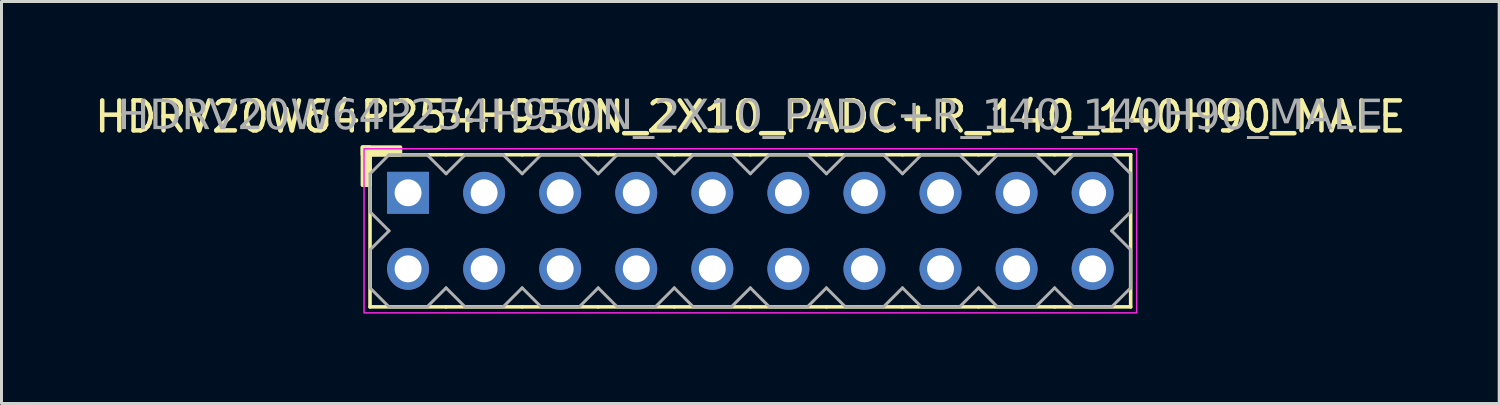
<source format=kicad_pcb>
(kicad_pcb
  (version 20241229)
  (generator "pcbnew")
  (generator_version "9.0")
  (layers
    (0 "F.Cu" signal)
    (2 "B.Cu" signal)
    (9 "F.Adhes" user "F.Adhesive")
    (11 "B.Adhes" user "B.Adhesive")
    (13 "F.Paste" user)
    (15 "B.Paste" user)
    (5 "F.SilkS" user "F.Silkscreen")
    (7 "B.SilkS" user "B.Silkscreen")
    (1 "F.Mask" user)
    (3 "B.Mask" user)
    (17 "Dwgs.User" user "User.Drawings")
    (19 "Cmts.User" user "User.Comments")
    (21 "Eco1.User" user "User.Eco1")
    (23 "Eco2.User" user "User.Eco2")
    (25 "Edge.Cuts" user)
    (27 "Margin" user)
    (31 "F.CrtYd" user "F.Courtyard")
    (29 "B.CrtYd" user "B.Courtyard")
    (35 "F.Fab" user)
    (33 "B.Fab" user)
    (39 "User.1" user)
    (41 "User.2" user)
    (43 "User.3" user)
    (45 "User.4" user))
  (footprint "HDRV20W64P254H950N_2X10_PADC+R_140_140H90_MALE"
    (layer "F.Cu")
    (at 22.006 4.658)
    (property "Reference" "HDRV20W64P254H950N_2X10_PADC+R_140_140H90_MALE" (at 0 -3.81 0) (layer "F.SilkS") (effects (font (size 1 1) (thickness 0.15))))
    (attr through_hole)
    (fp_line (start -12.7 2.54) (end -12.7 -2.54) (stroke (width 0.12) (type solid)) (layer "F.SilkS"))
    (fp_line (start -10.16 -2.54) (end -12.7 -2.54) (stroke (width 0.12) (type solid)) (layer "F.SilkS"))
    (fp_line (start -10.16 2.54) (end -12.7 2.54) (stroke (width 0.12) (type solid)) (layer "F.SilkS"))
    (fp_line (start -7.62 -2.54) (end -10.16 -2.54) (stroke (width 0.12) (type solid)) (layer "F.SilkS"))
    (fp_line (start -7.62 2.54) (end -10.16 2.54) (stroke (width 0.12) (type solid)) (layer "F.SilkS"))
    (fp_line (start -5.08 -2.54) (end -7.62 -2.54) (stroke (width 0.12) (type solid)) (layer "F.SilkS"))
    (fp_line (start -5.08 2.54) (end -7.62 2.54) (stroke (width 0.12) (type solid)) (layer "F.SilkS"))
    (fp_line (start -2.54 -2.54) (end -5.08 -2.54) (stroke (width 0.12) (type solid)) (layer "F.SilkS"))
    (fp_line (start -2.54 2.54) (end -5.08 2.54) (stroke (width 0.12) (type solid)) (layer "F.SilkS"))
    (fp_line (start 0 -2.54) (end -2.54 -2.54) (stroke (width 0.12) (type solid)) (layer "F.SilkS"))
    (fp_line (start 0 2.54) (end -2.54 2.54) (stroke (width 0.12) (type solid)) (layer "F.SilkS"))
    (fp_line (start 2.54 -2.54) (end 0 -2.54) (stroke (width 0.12) (type solid)) (layer "F.SilkS"))
    (fp_line (start 2.54 2.54) (end 0 2.54) (stroke (width 0.12) (type solid)) (layer "F.SilkS"))
    (fp_line (start 5.08 -2.54) (end 2.54 -2.54) (stroke (width 0.12) (type solid)) (layer "F.SilkS"))
    (fp_line (start 5.08 2.54) (end 2.54 2.54) (stroke (width 0.12) (type solid)) (layer "F.SilkS"))
    (fp_line (start 7.62 -2.54) (end 5.08 -2.54) (stroke (width 0.12) (type solid)) (layer "F.SilkS"))
    (fp_line (start 7.62 2.54) (end 5.08 2.54) (stroke (width 0.12) (type solid)) (layer "F.SilkS"))
    (fp_line (start 10.16 -2.54) (end 7.62 -2.54) (stroke (width 0.12) (type solid)) (layer "F.SilkS"))
    (fp_line (start 10.16 2.54) (end 7.62 2.54) (stroke (width 0.12) (type solid)) (layer "F.SilkS"))
    (fp_line (start 12.7 -2.54) (end 10.16 -2.54) (stroke (width 0.12) (type solid)) (layer "F.SilkS"))
    (fp_line (start 12.7 2.54) (end 10.16 2.54) (stroke (width 0.12) (type solid)) (layer "F.SilkS"))
    (fp_line (start 12.7 2.54) (end 12.7 -2.54) (stroke (width 0.12) (type solid)) (layer "F.SilkS"))
    (fp_rect (start -12.954 -1.524) (end -12.7 -2.794) (stroke (width 0.12) (type solid)) (fill yes) (layer "F.SilkS"))
    (fp_rect (start -11.684 -2.54) (end -12.954 -2.794) (stroke (width 0.12) (type solid)) (fill yes) (layer "F.SilkS"))
    (fp_rect (start -12.9 -2.74) (end 12.9 2.74) (stroke (width 0.05) (type default)) (fill no) (layer "F.CrtYd"))
    (fp_line (start -12.7 -1.905) (end -12.7 -0.635) (stroke (width 0.1) (type solid)) (layer "F.Fab"))
    (fp_line (start -12.7 -1.905) (end -12.065 -2.54) (stroke (width 0.1) (type solid)) (layer "F.Fab"))
    (fp_line (start -12.7 0.635) (end -12.7 1.905) (stroke (width 0.1) (type solid)) (layer "F.Fab"))
    (fp_line (start -12.065 -2.54) (end -10.795 -2.54) (stroke (width 0.1) (type solid)) (layer "F.Fab"))
    (fp_line (start -12.065 0) (end -12.7 -0.635) (stroke (width 0.1) (type solid)) (layer "F.Fab"))
    (fp_line (start -12.065 0) (end -12.7 0.635) (stroke (width 0.1) (type solid)) (layer "F.Fab"))
    (fp_line (start -12.065 2.54) (end -12.7 1.905) (stroke (width 0.1) (type solid)) (layer "F.Fab"))
    (fp_line (start -10.795 -2.54) (end -10.16 -1.905) (stroke (width 0.1) (type solid)) (layer "F.Fab"))
    (fp_line (start -10.795 2.54) (end -12.065 2.54) (stroke (width 0.1) (type solid)) (layer "F.Fab"))
    (fp_line (start -10.16 -1.905) (end -9.525 -2.54) (stroke (width 0.1) (type solid)) (layer "F.Fab"))
    (fp_line (start -10.16 1.905) (end -10.795 2.54) (stroke (width 0.1) (type solid)) (layer "F.Fab"))
    (fp_line (start -9.525 -2.54) (end -8.255 -2.54) (stroke (width 0.1) (type solid)) (layer "F.Fab"))
    (fp_line (start -9.525 2.54) (end -10.16 1.905) (stroke (width 0.1) (type solid)) (layer "F.Fab"))
    (fp_line (start -8.255 -2.54) (end -7.62 -1.905) (stroke (width 0.1) (type solid)) (layer "F.Fab"))
    (fp_line (start -8.255 2.54) (end -9.525 2.54) (stroke (width 0.1) (type solid)) (layer "F.Fab"))
    (fp_line (start -7.62 -1.905) (end -6.985 -2.54) (stroke (width 0.1) (type solid)) (layer "F.Fab"))
    (fp_line (start -7.62 1.905) (end -8.255 2.54) (stroke (width 0.1) (type solid)) (layer "F.Fab"))
    (fp_line (start -6.985 -2.54) (end -5.715 -2.54) (stroke (width 0.1) (type solid)) (layer "F.Fab"))
    (fp_line (start -6.985 2.54) (end -7.62 1.905) (stroke (width 0.1) (type solid)) (layer "F.Fab"))
    (fp_line (start -5.715 -2.54) (end -5.08 -1.905) (stroke (width 0.1) (type solid)) (layer "F.Fab"))
    (fp_line (start -5.715 2.54) (end -6.985 2.54) (stroke (width 0.1) (type solid)) (layer "F.Fab"))
    (fp_line (start -5.08 -1.905) (end -4.445 -2.54) (stroke (width 0.1) (type solid)) (layer "F.Fab"))
    (fp_line (start -5.08 1.905) (end -5.715 2.54) (stroke (width 0.1) (type solid)) (layer "F.Fab"))
    (fp_line (start -4.445 -2.54) (end -3.175 -2.54) (stroke (width 0.1) (type solid)) (layer "F.Fab"))
    (fp_line (start -4.445 2.54) (end -5.08 1.905) (stroke (width 0.1) (type solid)) (layer "F.Fab"))
    (fp_line (start -3.175 -2.54) (end -2.54 -1.905) (stroke (width 0.1) (type solid)) (layer "F.Fab"))
    (fp_line (start -3.175 2.54) (end -4.445 2.54) (stroke (width 0.1) (type solid)) (layer "F.Fab"))
    (fp_line (start -2.54 -1.905) (end -1.905 -2.54) (stroke (width 0.1) (type solid)) (layer "F.Fab"))
    (fp_line (start -2.54 1.905) (end -3.175 2.54) (stroke (width 0.1) (type solid)) (layer "F.Fab"))
    (fp_line (start -1.905 -2.54) (end -0.635 -2.54) (stroke (width 0.1) (type solid)) (layer "F.Fab"))
    (fp_line (start -1.905 2.54) (end -2.54 1.905) (stroke (width 0.1) (type solid)) (layer "F.Fab"))
    (fp_line (start -0.635 -2.54) (end 0 -1.905) (stroke (width 0.1) (type solid)) (layer "F.Fab"))
    (fp_line (start -0.635 2.54) (end -1.905 2.54) (stroke (width 0.1) (type solid)) (layer "F.Fab"))
    (fp_line (start 0 -1.905) (end 0.635 -2.54) (stroke (width 0.1) (type solid)) (layer "F.Fab"))
    (fp_line (start 0 1.905) (end -0.635 2.54) (stroke (width 0.1) (type solid)) (layer "F.Fab"))
    (fp_line (start 0.635 -2.54) (end 1.905 -2.54) (stroke (width 0.1) (type solid)) (layer "F.Fab"))
    (fp_line (start 0.635 2.54) (end 0 1.905) (stroke (width 0.1) (type solid)) (layer "F.Fab"))
    (fp_line (start 1.905 -2.54) (end 2.54 -1.905) (stroke (width 0.1) (type solid)) (layer "F.Fab"))
    (fp_line (start 1.905 2.54) (end 0.635 2.54) (stroke (width 0.1) (type solid)) (layer "F.Fab"))
    (fp_line (start 2.54 -1.905) (end 3.175 -2.54) (stroke (width 0.1) (type solid)) (layer "F.Fab"))
    (fp_line (start 2.54 1.905) (end 1.905 2.54) (stroke (width 0.1) (type solid)) (layer "F.Fab"))
    (fp_line (start 3.175 -2.54) (end 4.445 -2.54) (stroke (width 0.1) (type solid)) (layer "F.Fab"))
    (fp_line (start 3.175 2.54) (end 2.54 1.905) (stroke (width 0.1) (type solid)) (layer "F.Fab"))
    (fp_line (start 4.445 -2.54) (end 5.08 -1.905) (stroke (width 0.1) (type solid)) (layer "F.Fab"))
    (fp_line (start 4.445 2.54) (end 3.175 2.54) (stroke (width 0.1) (type solid)) (layer "F.Fab"))
    (fp_line (start 5.08 -1.905) (end 5.715 -2.54) (stroke (width 0.1) (type solid)) (layer "F.Fab"))
    (fp_line (start 5.08 1.905) (end 4.445 2.54) (stroke (width 0.1) (type solid)) (layer "F.Fab"))
    (fp_line (start 5.715 -2.54) (end 6.985 -2.54) (stroke (width 0.1) (type solid)) (layer "F.Fab"))
    (fp_line (start 5.715 2.54) (end 5.08 1.905) (stroke (width 0.1) (type solid)) (layer "F.Fab"))
    (fp_line (start 6.985 -2.54) (end 7.62 -1.905) (stroke (width 0.1) (type solid)) (layer "F.Fab"))
    (fp_line (start 6.985 2.54) (end 5.715 2.54) (stroke (width 0.1) (type solid)) (layer "F.Fab"))
    (fp_line (start 7.62 -1.905) (end 8.255 -2.54) (stroke (width 0.1) (type solid)) (layer "F.Fab"))
    (fp_line (start 7.62 1.905) (end 6.985 2.54) (stroke (width 0.1) (type solid)) (layer "F.Fab"))
    (fp_line (start 8.255 -2.54) (end 9.525 -2.54) (stroke (width 0.1) (type solid)) (layer "F.Fab"))
    (fp_line (start 8.255 2.54) (end 7.62 1.905) (stroke (width 0.1) (type solid)) (layer "F.Fab"))
    (fp_line (start 9.525 -2.54) (end 10.16 -1.905) (stroke (width 0.1) (type solid)) (layer "F.Fab"))
    (fp_line (start 9.525 2.54) (end 8.255 2.54) (stroke (width 0.1) (type solid)) (layer "F.Fab"))
    (fp_line (start 10.16 -1.905) (end 10.795 -2.54) (stroke (width 0.1) (type solid)) (layer "F.Fab"))
    (fp_line (start 10.16 1.905) (end 9.525 2.54) (stroke (width 0.1) (type solid)) (layer "F.Fab"))
    (fp_line (start 10.795 -2.54) (end 12.065 -2.54) (stroke (width 0.1) (type solid)) (layer "F.Fab"))
    (fp_line (start 10.795 2.54) (end 10.16 1.905) (stroke (width 0.1) (type solid)) (layer "F.Fab"))
    (fp_line (start 12.065 -2.54) (end 12.7 -1.905) (stroke (width 0.1) (type solid)) (layer "F.Fab"))
    (fp_line (start 12.065 0) (end 12.7 0.635) (stroke (width 0.1) (type solid)) (layer "F.Fab"))
    (fp_line (start 12.065 2.54) (end 10.795 2.54) (stroke (width 0.1) (type solid)) (layer "F.Fab"))
    (fp_line (start 12.7 -1.905) (end 12.7 -0.635) (stroke (width 0.1) (type solid)) (layer "F.Fab"))
    (fp_line (start 12.7 -0.635) (end 12.065 0) (stroke (width 0.1) (type solid)) (layer "F.Fab"))
    (fp_line (start 12.7 0.635) (end 12.7 1.905) (stroke (width 0.1) (type solid)) (layer "F.Fab"))
    (fp_line (start 12.7 1.905) (end 12.065 2.54) (stroke (width 0.1) (type solid)) (layer "F.Fab"))
    (fp_rect (start -11.176 -1.524) (end -11.684 -1.016) (stroke (width 0.1) (type solid)) (fill no) (layer "F.Fab"))
    (fp_rect (start -11.176 1.016) (end -11.684 1.524) (stroke (width 0.1) (type solid)) (fill no) (layer "F.Fab"))
    (fp_rect (start -8.636 -1.524) (end -9.144 -1.016) (stroke (width 0.1) (type solid)) (fill no) (layer "F.Fab"))
    (fp_rect (start -8.636 1.016) (end -9.144 1.524) (stroke (width 0.1) (type solid)) (fill no) (layer "F.Fab"))
    (fp_rect (start -6.096 -1.524) (end -6.604 -1.016) (stroke (width 0.1) (type solid)) (fill no) (layer "F.Fab"))
    (fp_rect (start -6.096 1.016) (end -6.604 1.524) (stroke (width 0.1) (type solid)) (fill no) (layer "F.Fab"))
    (fp_rect (start -3.556 -1.524) (end -4.064 -1.016) (stroke (width 0.1) (type solid)) (fill no) (layer "F.Fab"))
    (fp_rect (start -3.556 1.016) (end -4.064 1.524) (stroke (width 0.1) (type solid)) (fill no) (layer "F.Fab"))
    (fp_rect (start -1.016 -1.524) (end -1.524 -1.016) (stroke (width 0.1) (type solid)) (fill no) (layer "F.Fab"))
    (fp_rect (start -1.016 1.016) (end -1.524 1.524) (stroke (width 0.1) (type solid)) (fill no) (layer "F.Fab"))
    (fp_rect (start 1.524 -1.524) (end 1.016 -1.016) (stroke (width 0.1) (type solid)) (fill no) (layer "F.Fab"))
    (fp_rect (start 1.524 1.016) (end 1.016 1.524) (stroke (width 0.1) (type solid)) (fill no) (layer "F.Fab"))
    (fp_rect (start 4.064 -1.524) (end 3.556 -1.016) (stroke (width 0.1) (type solid)) (fill no) (layer "F.Fab"))
    (fp_rect (start 4.064 1.016) (end 3.556 1.524) (stroke (width 0.1) (type solid)) (fill no) (layer "F.Fab"))
    (fp_rect (start 6.604 -1.524) (end 6.096 -1.016) (stroke (width 0.1) (type solid)) (fill no) (layer "F.Fab"))
    (fp_rect (start 6.604 1.016) (end 6.096 1.524) (stroke (width 0.1) (type solid)) (fill no) (layer "F.Fab"))
    (fp_rect (start 9.144 -1.524) (end 8.636 -1.016) (stroke (width 0.1) (type solid)) (fill no) (layer "F.Fab"))
    (fp_rect (start 9.144 1.016) (end 8.636 1.524) (stroke (width 0.1) (type solid)) (fill no) (layer "F.Fab"))
    (fp_rect (start 11.684 -1.524) (end 11.176 -1.016) (stroke (width 0.1) (type solid)) (fill no) (layer "F.Fab"))
    (fp_rect (start 11.684 1.016) (end 11.176 1.524) (stroke (width 0.1) (type solid)) (fill no) (layer "F.Fab"))
    (fp_text user "${REFERENCE}" (at 0 -3.81 0) (layer "F.Fab") (effects (font (face "Tahoma") (size 1 1) (thickness 0.15))))
    (pad "1" thru_hole rect (at -11.43 -1.27) (size 1.4 1.4) (drill 0.9) (layers "*.Cu" "*.Mask"))
    (pad "2" thru_hole circle (at -11.43 1.27) (size 1.4 1.4) (drill 0.9) (layers "*.Cu" "*.Mask"))
    (pad "3" thru_hole circle (at -8.89 -1.27) (size 1.4 1.4) (drill 0.9) (layers "*.Cu" "*.Mask"))
    (pad "4" thru_hole circle (at -8.89 1.27) (size 1.4 1.4) (drill 0.9) (layers "*.Cu" "*.Mask"))
    (pad "5" thru_hole circle (at -6.35 -1.27) (size 1.4 1.4) (drill 0.9) (layers "*.Cu" "*.Mask"))
    (pad "6" thru_hole circle (at -6.35 1.27) (size 1.4 1.4) (drill 0.9) (layers "*.Cu" "*.Mask"))
    (pad "7" thru_hole circle (at -3.81 -1.27) (size 1.4 1.4) (drill 0.9) (layers "*.Cu" "*.Mask"))
    (pad "8" thru_hole circle (at -3.81 1.27) (size 1.4 1.4) (drill 0.9) (layers "*.Cu" "*.Mask"))
    (pad "9" thru_hole circle (at -1.27 -1.27) (size 1.4 1.4) (drill 0.9) (layers "*.Cu" "*.Mask"))
    (pad "10" thru_hole circle (at -1.27 1.27) (size 1.4 1.4) (drill 0.9) (layers "*.Cu" "*.Mask"))
    (pad "11" thru_hole circle (at 1.27 -1.27) (size 1.4 1.4) (drill 0.9) (layers "*.Cu" "*.Mask"))
    (pad "12" thru_hole circle (at 1.27 1.27) (size 1.4 1.4) (drill 0.9) (layers "*.Cu" "*.Mask"))
    (pad "13" thru_hole circle (at 3.81 -1.27) (size 1.4 1.4) (drill 0.9) (layers "*.Cu" "*.Mask"))
    (pad "14" thru_hole circle (at 3.81 1.27) (size 1.4 1.4) (drill 0.9) (layers "*.Cu" "*.Mask"))
    (pad "15" thru_hole circle (at 6.35 -1.27) (size 1.4 1.4) (drill 0.9) (layers "*.Cu" "*.Mask"))
    (pad "16" thru_hole circle (at 6.35 1.27) (size 1.4 1.4) (drill 0.9) (layers "*.Cu" "*.Mask"))
    (pad "17" thru_hole circle (at 8.89 -1.27) (size 1.4 1.4) (drill 0.9) (layers "*.Cu" "*.Mask"))
    (pad "18" thru_hole circle (at 8.89 1.27) (size 1.4 1.4) (drill 0.9) (layers "*.Cu" "*.Mask"))
    (pad "19" thru_hole circle (at 11.43 -1.27) (size 1.4 1.4) (drill 0.9) (layers "*.Cu" "*.Mask"))
    (pad "20" thru_hole circle (at 11.43 1.27) (size 1.4 1.4) (drill 0.9) (layers "*.Cu" "*.Mask")))
  (gr_rect
    (start -3 -3)
    (end 47.012 10.423)
    (stroke (width 0.1) (type default))
    (fill no)
    (layer "Edge.Cuts")))
</source>
